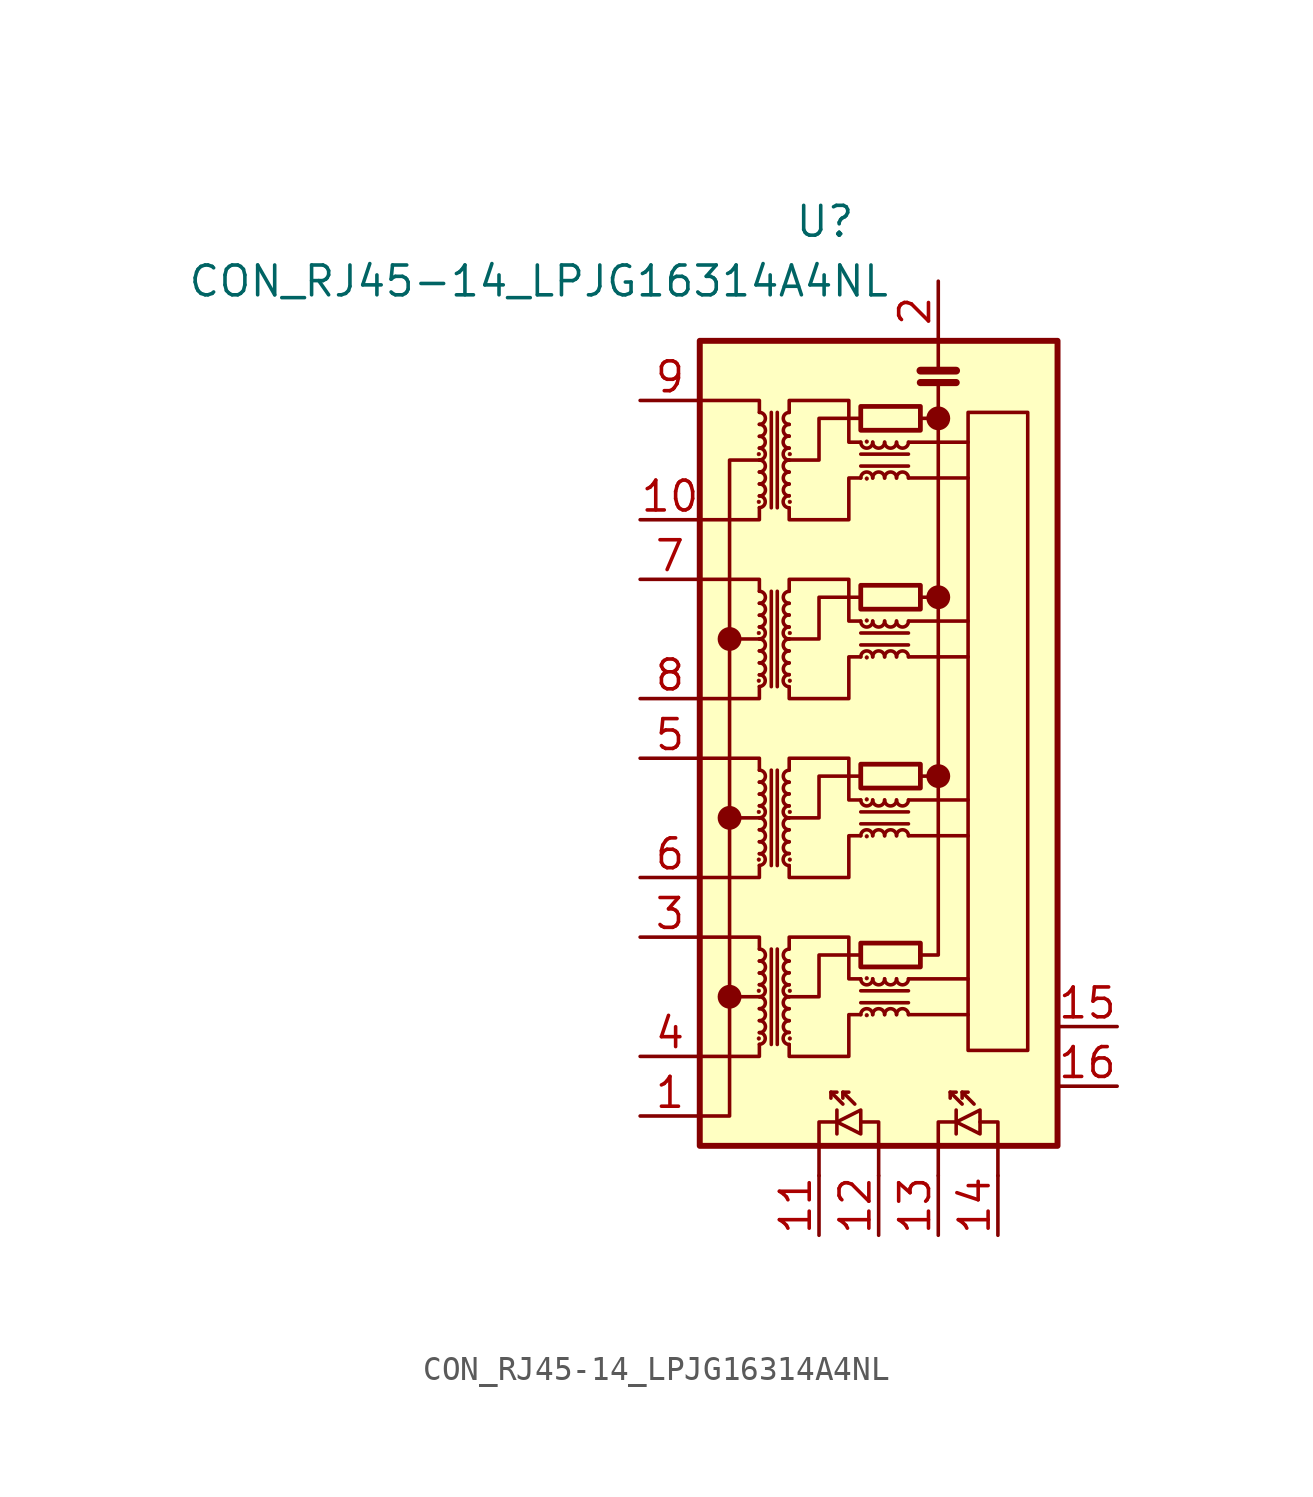
<source format=kicad_sym>
(kicad_symbol_lib
  (version 20241209)
  (generator "kicad_symbol_editor")
  (generator_version "9.0")
  (symbol "CON_RJ45-14_LPJG16314A4NL"
    (property "Reference" "U"
      (at 0.254 -1.27 0)
      (effects (font (size 1.27 1.27))))
    (property "Value" "CON_RJ45-14_LPJG16314A4NL"
      (at -11.938 -3.81 0)
      (effects (font (size 1.27 1.27))))
    (symbol "CON_RJ45-14_LPJG16314A4NL_0_0"
      (circle (center -3.81 -19.05) (radius 0.0001) (stroke (width 0.508) (type default)) (fill (type none)))
      (polyline (pts (xy -3.81 -19.05) (xy -2.54 -19.05)) (stroke (width 0) (type default)) (fill (type none)))
      (circle (center -3.81 -26.67) (radius 0.0001) (stroke (width 0.508) (type default)) (fill (type none)))
      (circle (center -3.81 -34.29) (radius 0.0001) (stroke (width 0.508) (type default)) (fill (type none)))
      (polyline (pts (xy -3.81 -34.29) (xy -2.54 -34.29)) (stroke (width 0) (type default)) (fill (type none)))
      (polyline (pts (xy -2.54 -26.67) (xy -3.81 -26.67)) (stroke (width 0) (type default)) (fill (type none)))
      (polyline (pts (xy 1.778 -9.652) (xy 0 -9.652) (xy 0 -11.43) (xy -1.27 -11.43)) (stroke (width 0) (type default)) (fill (type none)))
      (polyline (pts (xy 1.778 -17.272) (xy 0 -17.272) (xy 0 -19.05) (xy -1.27 -19.05)) (stroke (width 0) (type default)) (fill (type none)))
      (polyline (pts (xy 1.778 -24.892) (xy 0 -24.892) (xy 0 -26.67) (xy -1.27 -26.67)) (stroke (width 0) (type default)) (fill (type none)))
      (polyline (pts (xy 1.778 -32.512) (xy 0 -32.512) (xy 0 -34.29) (xy -1.27 -34.29)) (stroke (width 0) (type default)) (fill (type none)))
      (polyline (pts (xy 3.81 -10.668) (xy 6.35 -10.668)) (stroke (width 0) (type default)) (fill (type none)))
      (polyline (pts (xy 3.81 -12.192) (xy 6.35 -12.192)) (stroke (width 0) (type default)) (fill (type none)))
      (polyline (pts (xy 3.81 -18.288) (xy 6.35 -18.288)) (stroke (width 0) (type default)) (fill (type none)))
      (polyline (pts (xy 3.81 -19.812) (xy 6.35 -19.812)) (stroke (width 0) (type default)) (fill (type none)))
      (polyline (pts (xy 3.81 -25.908) (xy 6.35 -25.908)) (stroke (width 0) (type default)) (fill (type none)))
      (polyline (pts (xy 3.81 -27.432) (xy 6.35 -27.432)) (stroke (width 0) (type default)) (fill (type none)))
      (polyline (pts (xy 3.81 -33.528) (xy 6.35 -33.528)) (stroke (width 0) (type default)) (fill (type none)))
      (polyline (pts (xy 3.81 -35.052) (xy 6.35 -35.052)) (stroke (width 0) (type default)) (fill (type none)))
      (polyline (pts (xy 4.318 -9.652) (xy 5.08 -9.652)) (stroke (width 0) (type default)) (fill (type none)))
      (circle (center 5.08 -9.652) (radius 0.0001) (stroke (width 0.508) (type default)) (fill (type none)))
      (circle (center 5.08 -17.272) (radius 0.0001) (stroke (width 0.508) (type default)) (fill (type none)))
      (circle (center 5.08 -24.892) (radius 0.0001) (stroke (width 0.508) (type default)) (fill (type none))))
    (symbol "CON_RJ45-14_LPJG16314A4NL_0_1"
      (polyline (pts (xy -5.08 -39.37) (xy -3.81 -39.37) (xy -3.81 -11.43) (xy -2.54 -11.43)) (stroke (width 0) (type default)) (fill (type none)))
      (circle (center -2.565 -11.176) (radius 0.076) (stroke (width 0.025) (type default)) (fill (type outline)))
      (circle (center -2.565 -13.208) (radius 0.076) (stroke (width 0.025) (type default)) (fill (type outline)))
      (circle (center -2.565 -18.796) (radius 0.076) (stroke (width 0.025) (type default)) (fill (type outline)))
      (circle (center -2.565 -20.828) (radius 0.076) (stroke (width 0.025) (type default)) (fill (type outline)))
      (circle (center -2.565 -26.416) (radius 0.076) (stroke (width 0.025) (type default)) (fill (type outline)))
      (circle (center -2.565 -28.448) (radius 0.076) (stroke (width 0.025) (type default)) (fill (type outline)))
      (circle (center -2.565 -34.036) (radius 0.076) (stroke (width 0.025) (type default)) (fill (type outline)))
      (circle (center -2.565 -36.068) (radius 0.076) (stroke (width 0.025) (type default)) (fill (type outline)))
      (arc (start -2.54 -9.398) (mid -2.287 -9.652) (end -2.54 -9.906) (stroke (width 0) (type default)) (fill (type none)))
      (arc (start -2.54 -10.414) (mid -2.287 -10.668) (end -2.54 -10.922) (stroke (width 0) (type default)) (fill (type none)))
      (arc (start -2.54 -10.922) (mid -2.287 -11.176) (end -2.54 -11.43) (stroke (width 0) (type default)) (fill (type none)))
      (arc (start -2.54 -11.43) (mid -2.287 -11.684) (end -2.54 -11.938) (stroke (width 0) (type default)) (fill (type none)))
      (arc (start -2.54 -11.938) (mid -2.287 -12.192) (end -2.54 -12.446) (stroke (width 0) (type default)) (fill (type none)))
      (arc (start -2.54 -12.954) (mid -2.287 -13.208) (end -2.54 -13.462) (stroke (width 0) (type default)) (fill (type none)))
      (arc (start -2.54 -17.018) (mid -2.287 -17.272) (end -2.54 -17.526) (stroke (width 0) (type default)) (fill (type none)))
      (arc (start -2.54 -18.034) (mid -2.287 -18.288) (end -2.54 -18.542) (stroke (width 0) (type default)) (fill (type none)))
      (arc (start -2.54 -18.542) (mid -2.287 -18.796) (end -2.54 -19.05) (stroke (width 0) (type default)) (fill (type none)))
      (arc (start -2.54 -19.05) (mid -2.287 -19.304) (end -2.54 -19.558) (stroke (width 0) (type default)) (fill (type none)))
      (arc (start -2.54 -19.558) (mid -2.287 -19.812) (end -2.54 -20.066) (stroke (width 0) (type default)) (fill (type none)))
      (arc (start -2.54 -20.574) (mid -2.287 -20.828) (end -2.54 -21.082) (stroke (width 0) (type default)) (fill (type none)))
      (arc (start -2.54 -24.638) (mid -2.287 -24.892) (end -2.54 -25.146) (stroke (width 0) (type default)) (fill (type none)))
      (arc (start -2.54 -25.654) (mid -2.287 -25.908) (end -2.54 -26.162) (stroke (width 0) (type default)) (fill (type none)))
      (arc (start -2.54 -26.162) (mid -2.287 -26.416) (end -2.54 -26.67) (stroke (width 0) (type default)) (fill (type none)))
      (arc (start -2.54 -26.67) (mid -2.287 -26.924) (end -2.54 -27.178) (stroke (width 0) (type default)) (fill (type none)))
      (arc (start -2.54 -27.178) (mid -2.287 -27.432) (end -2.54 -27.686) (stroke (width 0) (type default)) (fill (type none)))
      (arc (start -2.54 -28.194) (mid -2.287 -28.448) (end -2.54 -28.702) (stroke (width 0) (type default)) (fill (type none)))
      (arc (start -2.54 -32.258) (mid -2.287 -32.512) (end -2.54 -32.766) (stroke (width 0) (type default)) (fill (type none)))
      (arc (start -2.54 -33.274) (mid -2.287 -33.528) (end -2.54 -33.782) (stroke (width 0) (type default)) (fill (type none)))
      (arc (start -2.54 -33.782) (mid -2.287 -34.036) (end -2.54 -34.29) (stroke (width 0) (type default)) (fill (type none)))
      (arc (start -2.54 -34.29) (mid -2.287 -34.544) (end -2.54 -34.798) (stroke (width 0) (type default)) (fill (type none)))
      (arc (start -2.54 -34.798) (mid -2.287 -35.052) (end -2.54 -35.306) (stroke (width 0) (type default)) (fill (type none)))
      (arc (start -2.54 -35.814) (mid -2.287 -36.068) (end -2.54 -36.322) (stroke (width 0) (type default)) (fill (type none)))
      (polyline (pts (xy -2.54 -9.398) (xy -2.54 -8.89) (xy -5.08 -8.89)) (stroke (width 0) (type default)) (fill (type none)))
      (arc (start -2.54 -9.906) (mid -2.286 -10.16) (end -2.54 -10.414) (stroke (width 0) (type default)) (fill (type none)))
      (arc (start -2.54 -12.446) (mid -2.286 -12.7) (end -2.54 -12.954) (stroke (width 0) (type default)) (fill (type none)))
      (polyline (pts (xy -2.54 -13.462) (xy -2.54 -13.97) (xy -5.08 -13.97)) (stroke (width 0) (type default)) (fill (type none)))
      (polyline (pts (xy -2.54 -17.018) (xy -2.54 -16.51) (xy -5.08 -16.51)) (stroke (width 0) (type default)) (fill (type none)))
      (arc (start -2.54 -17.526) (mid -2.286 -17.78) (end -2.54 -18.034) (stroke (width 0) (type default)) (fill (type none)))
      (arc (start -2.54 -20.066) (mid -2.286 -20.32) (end -2.54 -20.574) (stroke (width 0) (type default)) (fill (type none)))
      (polyline (pts (xy -2.54 -21.082) (xy -2.54 -21.59) (xy -5.08 -21.59)) (stroke (width 0) (type default)) (fill (type none)))
      (polyline (pts (xy -2.54 -24.638) (xy -2.54 -24.13) (xy -5.08 -24.13)) (stroke (width 0) (type default)) (fill (type none)))
      (arc (start -2.54 -25.146) (mid -2.286 -25.4) (end -2.54 -25.654) (stroke (width 0) (type default)) (fill (type none)))
      (arc (start -2.54 -27.686) (mid -2.286 -27.94) (end -2.54 -28.194) (stroke (width 0) (type default)) (fill (type none)))
      (polyline (pts (xy -2.54 -28.702) (xy -2.54 -29.21) (xy -5.08 -29.21)) (stroke (width 0) (type default)) (fill (type none)))
      (polyline (pts (xy -2.54 -32.258) (xy -2.54 -31.75) (xy -5.08 -31.75)) (stroke (width 0) (type default)) (fill (type none)))
      (arc (start -2.54 -32.766) (mid -2.286 -33.02) (end -2.54 -33.274) (stroke (width 0) (type default)) (fill (type none)))
      (arc (start -2.54 -35.306) (mid -2.286 -35.56) (end -2.54 -35.814) (stroke (width 0) (type default)) (fill (type none)))
      (polyline (pts (xy -2.54 -36.322) (xy -2.54 -36.83) (xy -5.08 -36.83)) (stroke (width 0) (type default)) (fill (type none)))
      (polyline (pts (xy -2.032 -9.398) (xy -2.032 -13.462)) (stroke (width 0) (type default)) (fill (type none)))
      (polyline (pts (xy -2.032 -17.018) (xy -2.032 -21.082)) (stroke (width 0) (type default)) (fill (type none)))
      (polyline (pts (xy -2.032 -24.638) (xy -2.032 -28.702)) (stroke (width 0) (type default)) (fill (type none)))
      (polyline (pts (xy -2.032 -32.258) (xy -2.032 -36.322)) (stroke (width 0) (type default)) (fill (type none)))
      (polyline (pts (xy -1.778 -13.462) (xy -1.778 -9.398)) (stroke (width 0) (type default)) (fill (type none)))
      (polyline (pts (xy -1.778 -21.082) (xy -1.778 -17.018)) (stroke (width 0) (type default)) (fill (type none)))
      (polyline (pts (xy -1.778 -28.702) (xy -1.778 -24.638)) (stroke (width 0) (type default)) (fill (type none)))
      (polyline (pts (xy -1.778 -36.322) (xy -1.778 -32.258)) (stroke (width 0) (type default)) (fill (type none)))
      (polyline (pts (xy -1.27 -9.398) (xy -1.27 -8.89) (xy 1.27 -8.89) (xy 1.27 -10.668) (xy 1.778 -10.668)) (stroke (width 0) (type default)) (fill (type none)))
      (polyline (pts (xy -1.27 -17.018) (xy -1.27 -16.51) (xy 1.27 -16.51) (xy 1.27 -18.288) (xy 1.778 -18.288)) (stroke (width 0) (type default)) (fill (type none)))
      (polyline (pts (xy -1.27 -24.638) (xy -1.27 -24.13) (xy 1.27 -24.13) (xy 1.27 -25.908) (xy 1.778 -25.908)) (stroke (width 0) (type default)) (fill (type none)))
      (polyline (pts (xy -1.27 -32.258) (xy -1.27 -31.75) (xy 1.27 -31.75) (xy 1.27 -33.528) (xy 1.778 -33.528)) (stroke (width 0) (type default)) (fill (type none)))
      (arc (start -1.27 -9.906) (mid -1.523 -9.652) (end -1.27 -9.398) (stroke (width 0) (type default)) (fill (type none)))
      (arc (start -1.27 -10.414) (mid -1.523 -10.16) (end -1.27 -9.906) (stroke (width 0) (type default)) (fill (type none)))
      (arc (start -1.27 -10.922) (mid -1.523 -10.668) (end -1.27 -10.414) (stroke (width 0) (type default)) (fill (type none)))
      (arc (start -1.27 -11.43) (mid -1.523 -11.176) (end -1.27 -10.922) (stroke (width 0) (type default)) (fill (type none)))
      (arc (start -1.27 -11.938) (mid -1.523 -11.684) (end -1.27 -11.43) (stroke (width 0) (type default)) (fill (type none)))
      (arc (start -1.27 -12.446) (mid -1.523 -12.192) (end -1.27 -11.938) (stroke (width 0) (type default)) (fill (type none)))
      (arc (start -1.27 -12.954) (mid -1.523 -12.7) (end -1.27 -12.446) (stroke (width 0) (type default)) (fill (type none)))
      (arc (start -1.27 -13.462) (mid -1.523 -13.208) (end -1.27 -12.954) (stroke (width 0) (type default)) (fill (type none)))
      (arc (start -1.27 -17.526) (mid -1.523 -17.272) (end -1.27 -17.018) (stroke (width 0) (type default)) (fill (type none)))
      (arc (start -1.27 -18.034) (mid -1.523 -17.78) (end -1.27 -17.526) (stroke (width 0) (type default)) (fill (type none)))
      (arc (start -1.27 -18.542) (mid -1.523 -18.288) (end -1.27 -18.034) (stroke (width 0) (type default)) (fill (type none)))
      (arc (start -1.27 -19.05) (mid -1.523 -18.796) (end -1.27 -18.542) (stroke (width 0) (type default)) (fill (type none)))
      (arc (start -1.27 -19.558) (mid -1.523 -19.304) (end -1.27 -19.05) (stroke (width 0) (type default)) (fill (type none)))
      (arc (start -1.27 -20.066) (mid -1.523 -19.812) (end -1.27 -19.558) (stroke (width 0) (type default)) (fill (type none)))
      (arc (start -1.27 -20.574) (mid -1.523 -20.32) (end -1.27 -20.066) (stroke (width 0) (type default)) (fill (type none)))
      (arc (start -1.27 -21.082) (mid -1.523 -20.828) (end -1.27 -20.574) (stroke (width 0) (type default)) (fill (type none)))
      (arc (start -1.27 -25.146) (mid -1.523 -24.892) (end -1.27 -24.638) (stroke (width 0) (type default)) (fill (type none)))
      (arc (start -1.27 -25.654) (mid -1.523 -25.4) (end -1.27 -25.146) (stroke (width 0) (type default)) (fill (type none)))
      (arc (start -1.27 -26.162) (mid -1.523 -25.908) (end -1.27 -25.654) (stroke (width 0) (type default)) (fill (type none)))
      (arc (start -1.27 -26.67) (mid -1.523 -26.416) (end -1.27 -26.162) (stroke (width 0) (type default)) (fill (type none)))
      (arc (start -1.27 -27.178) (mid -1.523 -26.924) (end -1.27 -26.67) (stroke (width 0) (type default)) (fill (type none)))
      (arc (start -1.27 -27.686) (mid -1.523 -27.432) (end -1.27 -27.178) (stroke (width 0) (type default)) (fill (type none)))
      (arc (start -1.27 -28.194) (mid -1.523 -27.94) (end -1.27 -27.686) (stroke (width 0) (type default)) (fill (type none)))
      (arc (start -1.27 -28.702) (mid -1.523 -28.448) (end -1.27 -28.194) (stroke (width 0) (type default)) (fill (type none)))
      (arc (start -1.27 -32.766) (mid -1.523 -32.512) (end -1.27 -32.258) (stroke (width 0) (type default)) (fill (type none)))
      (arc (start -1.27 -33.274) (mid -1.523 -33.02) (end -1.27 -32.766) (stroke (width 0) (type default)) (fill (type none)))
      (arc (start -1.27 -33.782) (mid -1.523 -33.528) (end -1.27 -33.274) (stroke (width 0) (type default)) (fill (type none)))
      (arc (start -1.27 -34.29) (mid -1.523 -34.036) (end -1.27 -33.782) (stroke (width 0) (type default)) (fill (type none)))
      (arc (start -1.27 -34.798) (mid -1.523 -34.544) (end -1.27 -34.29) (stroke (width 0) (type default)) (fill (type none)))
      (arc (start -1.27 -35.306) (mid -1.523 -35.052) (end -1.27 -34.798) (stroke (width 0) (type default)) (fill (type none)))
      (arc (start -1.27 -35.814) (mid -1.523 -35.56) (end -1.27 -35.306) (stroke (width 0) (type default)) (fill (type none)))
      (arc (start -1.27 -36.322) (mid -1.523 -36.068) (end -1.27 -35.814) (stroke (width 0) (type default)) (fill (type none)))
      (circle (center -1.245 -11.176) (radius 0.076) (stroke (width 0.025) (type default)) (fill (type outline)))
      (circle (center -1.245 -13.208) (radius 0.076) (stroke (width 0.025) (type default)) (fill (type outline)))
      (circle (center -1.245 -18.796) (radius 0.076) (stroke (width 0.025) (type default)) (fill (type outline)))
      (circle (center -1.245 -20.828) (radius 0.076) (stroke (width 0.025) (type default)) (fill (type outline)))
      (circle (center -1.245 -26.416) (radius 0.076) (stroke (width 0.025) (type default)) (fill (type outline)))
      (circle (center -1.245 -28.448) (radius 0.076) (stroke (width 0.025) (type default)) (fill (type outline)))
      (circle (center -1.245 -34.036) (radius 0.076) (stroke (width 0.025) (type default)) (fill (type outline)))
      (circle (center -1.245 -36.068) (radius 0.076) (stroke (width 0.025) (type default)) (fill (type outline)))
      (polyline (pts (xy 0 -41.91) (xy 0 -39.624) (xy 0.762 -39.624)) (stroke (width 0) (type default)) (fill (type none)))
      (polyline (pts (xy 0.508 -38.354) (xy 1.016 -38.862)) (stroke (width 0) (type default)) (fill (type none)))
      (polyline (pts (xy 0.508 -38.608) (xy 0.508 -38.354) (xy 0.762 -38.354)) (stroke (width 0) (type default)) (fill (type none)))
      (polyline (pts (xy 0.762 -39.624) (xy 1.778 -40.132) (xy 1.778 -39.116) (xy 0.762 -39.624)) (stroke (width 0) (type default)) (fill (type none)))
      (polyline (pts (xy 0.762 -40.132) (xy 0.762 -39.116)) (stroke (width 0) (type default)) (fill (type none)))
      (polyline (pts (xy 1.016 -38.354) (xy 1.524 -38.862)) (stroke (width 0) (type default)) (fill (type none)))
      (polyline (pts (xy 1.016 -38.608) (xy 1.016 -38.354) (xy 1.27 -38.354)) (stroke (width 0) (type default)) (fill (type none)))
      (polyline (pts (xy 1.778 -11.684) (xy 3.81 -11.684)) (stroke (width 0) (type default)) (fill (type none)))
      (polyline (pts (xy 1.778 -12.192) (xy 1.27 -12.192) (xy 1.27 -13.97) (xy -1.27 -13.97) (xy -1.27 -13.462)) (stroke (width 0) (type default)) (fill (type none)))
      (polyline (pts (xy 1.778 -19.304) (xy 3.81 -19.304)) (stroke (width 0) (type default)) (fill (type none)))
      (polyline (pts (xy 1.778 -19.812) (xy 1.27 -19.812) (xy 1.27 -21.59) (xy -1.27 -21.59) (xy -1.27 -21.082)) (stroke (width 0) (type default)) (fill (type none)))
      (polyline (pts (xy 1.778 -26.924) (xy 3.81 -26.924)) (stroke (width 0) (type default)) (fill (type none)))
      (polyline (pts (xy 1.778 -27.432) (xy 1.27 -27.432) (xy 1.27 -29.21) (xy -1.27 -29.21) (xy -1.27 -28.702)) (stroke (width 0) (type default)) (fill (type none)))
      (polyline (pts (xy 1.778 -34.544) (xy 3.81 -34.544)) (stroke (width 0) (type default)) (fill (type none)))
      (polyline (pts (xy 1.778 -35.052) (xy 1.27 -35.052) (xy 1.27 -36.83) (xy -1.27 -36.83) (xy -1.27 -36.322)) (stroke (width 0) (type default)) (fill (type none)))
      (circle (center 2.032 -10.643) (radius 0.076) (stroke (width 0.025) (type default)) (fill (type outline)))
      (arc (start 2.286 -10.668) (mid 2.032 -10.9209) (end 1.778 -10.668) (stroke (width 0) (type default)) (fill (type none)))
      (arc (start 1.778 -12.192) (mid 2.032 -11.9391) (end 2.286 -12.192) (stroke (width 0) (type default)) (fill (type none)))
      (circle (center 2.032 -12.217) (radius 0.076) (stroke (width 0.025) (type default)) (fill (type outline)))
      (circle (center 2.032 -18.263) (radius 0.076) (stroke (width 0.025) (type default)) (fill (type outline)))
      (arc (start 2.286 -18.288) (mid 2.032 -18.5409) (end 1.778 -18.288) (stroke (width 0) (type default)) (fill (type none)))
      (arc (start 1.778 -19.812) (mid 2.032 -19.5591) (end 2.286 -19.812) (stroke (width 0) (type default)) (fill (type none)))
      (circle (center 2.032 -19.837) (radius 0.076) (stroke (width 0.025) (type default)) (fill (type outline)))
      (circle (center 2.032 -25.883) (radius 0.076) (stroke (width 0.025) (type default)) (fill (type outline)))
      (arc (start 2.286 -25.908) (mid 2.032 -26.1609) (end 1.778 -25.908) (stroke (width 0) (type default)) (fill (type none)))
      (arc (start 1.778 -27.432) (mid 2.032 -27.1791) (end 2.286 -27.432) (stroke (width 0) (type default)) (fill (type none)))
      (circle (center 2.032 -27.457) (radius 0.076) (stroke (width 0.025) (type default)) (fill (type outline)))
      (circle (center 2.032 -33.503) (radius 0.076) (stroke (width 0.025) (type default)) (fill (type outline)))
      (arc (start 2.286 -33.528) (mid 2.032 -33.7809) (end 1.778 -33.528) (stroke (width 0) (type default)) (fill (type none)))
      (arc (start 1.778 -35.052) (mid 2.032 -34.7991) (end 2.286 -35.052) (stroke (width 0) (type default)) (fill (type none)))
      (circle (center 2.032 -35.077) (radius 0.076) (stroke (width 0.025) (type default)) (fill (type outline)))
      (arc (start 2.794 -10.668) (mid 2.54 -10.9209) (end 2.286 -10.668) (stroke (width 0) (type default)) (fill (type none)))
      (arc (start 2.286 -12.192) (mid 2.54 -11.9391) (end 2.794 -12.192) (stroke (width 0) (type default)) (fill (type none)))
      (arc (start 2.794 -18.288) (mid 2.54 -18.5409) (end 2.286 -18.288) (stroke (width 0) (type default)) (fill (type none)))
      (arc (start 2.286 -19.812) (mid 2.54 -19.5591) (end 2.794 -19.812) (stroke (width 0) (type default)) (fill (type none)))
      (arc (start 2.794 -25.908) (mid 2.54 -26.1609) (end 2.286 -25.908) (stroke (width 0) (type default)) (fill (type none)))
      (arc (start 2.286 -27.432) (mid 2.54 -27.1791) (end 2.794 -27.432) (stroke (width 0) (type default)) (fill (type none)))
      (arc (start 2.794 -33.528) (mid 2.54 -33.7809) (end 2.286 -33.528) (stroke (width 0) (type default)) (fill (type none)))
      (arc (start 2.286 -35.052) (mid 2.54 -34.7991) (end 2.794 -35.052) (stroke (width 0) (type default)) (fill (type none)))
      (polyline (pts (xy 2.54 -41.91) (xy 2.54 -39.624) (xy 1.778 -39.624)) (stroke (width 0) (type default)) (fill (type none)))
      (arc (start 3.302 -10.668) (mid 3.048 -10.9209) (end 2.794 -10.668) (stroke (width 0) (type default)) (fill (type none)))
      (arc (start 2.794 -12.192) (mid 3.048 -11.9391) (end 3.302 -12.192) (stroke (width 0) (type default)) (fill (type none)))
      (arc (start 3.302 -18.288) (mid 3.048 -18.5409) (end 2.794 -18.288) (stroke (width 0) (type default)) (fill (type none)))
      (arc (start 2.794 -19.812) (mid 3.048 -19.5591) (end 3.302 -19.812) (stroke (width 0) (type default)) (fill (type none)))
      (arc (start 3.302 -25.908) (mid 3.048 -26.1609) (end 2.794 -25.908) (stroke (width 0) (type default)) (fill (type none)))
      (arc (start 2.794 -27.432) (mid 3.048 -27.1791) (end 3.302 -27.432) (stroke (width 0) (type default)) (fill (type none)))
      (arc (start 3.302 -33.528) (mid 3.048 -33.7809) (end 2.794 -33.528) (stroke (width 0) (type default)) (fill (type none)))
      (arc (start 2.794 -35.052) (mid 3.048 -34.7991) (end 3.302 -35.052) (stroke (width 0) (type default)) (fill (type none)))
      (arc (start 3.81 -10.668) (mid 3.556 -10.9209) (end 3.302 -10.668) (stroke (width 0) (type default)) (fill (type none)))
      (arc (start 3.302 -12.192) (mid 3.556 -11.9391) (end 3.81 -12.192) (stroke (width 0) (type default)) (fill (type none)))
      (arc (start 3.81 -18.288) (mid 3.556 -18.5409) (end 3.302 -18.288) (stroke (width 0) (type default)) (fill (type none)))
      (arc (start 3.302 -19.812) (mid 3.556 -19.5591) (end 3.81 -19.812) (stroke (width 0) (type default)) (fill (type none)))
      (arc (start 3.81 -25.908) (mid 3.556 -26.1609) (end 3.302 -25.908) (stroke (width 0) (type default)) (fill (type none)))
      (arc (start 3.302 -27.432) (mid 3.556 -27.1791) (end 3.81 -27.432) (stroke (width 0) (type default)) (fill (type none)))
      (arc (start 3.81 -33.528) (mid 3.556 -33.7809) (end 3.302 -33.528) (stroke (width 0) (type default)) (fill (type none)))
      (arc (start 3.302 -35.052) (mid 3.556 -34.7991) (end 3.81 -35.052) (stroke (width 0) (type default)) (fill (type none)))
      (polyline (pts (xy 3.81 -11.176) (xy 1.778 -11.176)) (stroke (width 0) (type default)) (fill (type none)))
      (polyline (pts (xy 3.81 -18.796) (xy 1.778 -18.796)) (stroke (width 0) (type default)) (fill (type none)))
      (polyline (pts (xy 3.81 -26.416) (xy 1.778 -26.416)) (stroke (width 0) (type default)) (fill (type none)))
      (polyline (pts (xy 3.81 -34.036) (xy 1.778 -34.036)) (stroke (width 0) (type default)) (fill (type none)))
      (rectangle (start 4.318 -9.144) (end 1.778 -10.16) (stroke (width 0.203) (type default)) (fill (type none)))
      (rectangle (start 4.318 -16.764) (end 1.778 -17.78) (stroke (width 0.203) (type default)) (fill (type none)))
      (polyline (pts (xy 4.318 -17.272) (xy 5.08 -17.272)) (stroke (width 0) (type default)) (fill (type none)))
      (rectangle (start 4.318 -24.384) (end 1.778 -25.4) (stroke (width 0.203) (type default)) (fill (type none)))
      (rectangle (start 4.318 -32.004) (end 1.778 -33.02) (stroke (width 0.203) (type default)) (fill (type none)))
      (polyline (pts (xy 5.08 -6.35) (xy 5.08 -7.62)) (stroke (width 0) (type default)) (fill (type none)))
      (polyline (pts (xy 5.08 -8.128) (xy 5.08 -32.512) (xy 4.318 -32.512)) (stroke (width 0) (type default)) (fill (type none)))
      (polyline (pts (xy 5.08 -24.892) (xy 4.318 -24.892)) (stroke (width 0) (type default)) (fill (type none)))
      (polyline (pts (xy 5.08 -41.91) (xy 5.08 -39.624) (xy 5.842 -39.624)) (stroke (width 0) (type default)) (fill (type none)))
      (polyline (pts (xy 5.588 -38.354) (xy 6.096 -38.862)) (stroke (width 0) (type default)) (fill (type none)))
      (polyline (pts (xy 5.588 -38.608) (xy 5.588 -38.354) (xy 5.842 -38.354)) (stroke (width 0) (type default)) (fill (type none)))
      (polyline (pts (xy 5.842 -7.62) (xy 4.318 -7.62)) (stroke (width 0.33) (type default)) (fill (type none)))
      (polyline (pts (xy 5.842 -8.128) (xy 4.318 -8.128)) (stroke (width 0.305) (type default)) (fill (type none)))
      (polyline (pts (xy 5.842 -39.624) (xy 6.858 -40.132) (xy 6.858 -39.116) (xy 5.842 -39.624)) (stroke (width 0) (type default)) (fill (type none)))
      (polyline (pts (xy 5.842 -40.132) (xy 5.842 -39.116)) (stroke (width 0) (type default)) (fill (type none)))
      (polyline (pts (xy 6.096 -38.354) (xy 6.604 -38.862)) (stroke (width 0) (type default)) (fill (type none)))
      (polyline (pts (xy 6.096 -38.608) (xy 6.096 -38.354) (xy 6.35 -38.354)) (stroke (width 0) (type default)) (fill (type none)))
      (rectangle (start 6.35 -9.398) (end 8.89 -36.576) (stroke (width 0) (type default)) (fill (type none)))
      (polyline (pts (xy 7.62 -41.91) (xy 7.62 -39.624) (xy 6.858 -39.624)) (stroke (width 0) (type default)) (fill (type none)))
      (rectangle (start 10.16 -40.64) (end -5.08 -6.35) (stroke (width 0.254) (type default)) (fill (type background))))
    (symbol "CON_RJ45-14_LPJG16314A4NL_1_1"
      (pin input line (at -7.62 -8.89 0) (length 2.54) (name "" (effects (font (size 1.27 1.27)))) (number "9" (effects (font (size 1.27 1.27)))))
      (pin input line (at -7.62 -13.97 0) (length 2.54) (name "" (effects (font (size 1.27 1.27)))) (number "10" (effects (font (size 1.27 1.27)))))
      (pin input line (at -7.62 -16.51 0) (length 2.54) (name "" (effects (font (size 1.27 1.27)))) (number "7" (effects (font (size 1.27 1.27)))))
      (pin input line (at -7.62 -21.59 0) (length 2.54) (name "" (effects (font (size 1.27 1.27)))) (number "8" (effects (font (size 1.27 1.27)))))
      (pin input line (at -7.62 -24.13 0) (length 2.54) (name "" (effects (font (size 1.27 1.27)))) (number "5" (effects (font (size 1.27 1.27)))))
      (pin input line (at -7.62 -29.21 0) (length 2.54) (name "" (effects (font (size 1.27 1.27)))) (number "6" (effects (font (size 1.27 1.27)))))
      (pin input line (at -7.62 -31.75 0) (length 2.54) (name "" (effects (font (size 1.27 1.27)))) (number "3" (effects (font (size 1.27 1.27)))))
      (pin input line (at -7.62 -36.83 0) (length 2.54) (name "" (effects (font (size 1.27 1.27)))) (number "4" (effects (font (size 1.27 1.27)))))
      (pin input line (at -7.62 -39.37 0) (length 2.54) (name "" (effects (font (size 1.27 1.27)))) (number "1" (effects (font (size 1.27 1.27)))))
      (pin input line (at 0 -44.45 90) (length 2.54) (name "" (effects (font (size 1.27 1.27)))) (number "11" (effects (font (size 1.27 1.27)))))
      (pin input line (at 2.54 -44.45 90) (length 2.54) (name "" (effects (font (size 1.27 1.27)))) (number "12" (effects (font (size 1.27 1.27)))))
      (pin input line (at 5.08 -3.81 270) (length 2.54) (name "" (effects (font (size 1.27 1.27)))) (number "2" (effects (font (size 1.27 1.27)))))
      (pin input line (at 5.08 -44.45 90) (length 2.54) (name "" (effects (font (size 1.27 1.27)))) (number "13" (effects (font (size 1.27 1.27)))))
      (pin input line (at 7.62 -44.45 90) (length 2.54) (name "" (effects (font (size 1.27 1.27)))) (number "14" (effects (font (size 1.27 1.27)))))
      (pin input line (at 12.7 -35.56 180) (length 2.54) (name "" (effects (font (size 1.27 1.27)))) (number "15" (effects (font (size 1.27 1.27)))))
      (pin input line (at 12.7 -38.1 180) (length 2.54) (name "" (effects (font (size 1.27 1.27)))) (number "16" (effects (font (size 1.27 1.27))))))))
</source>
